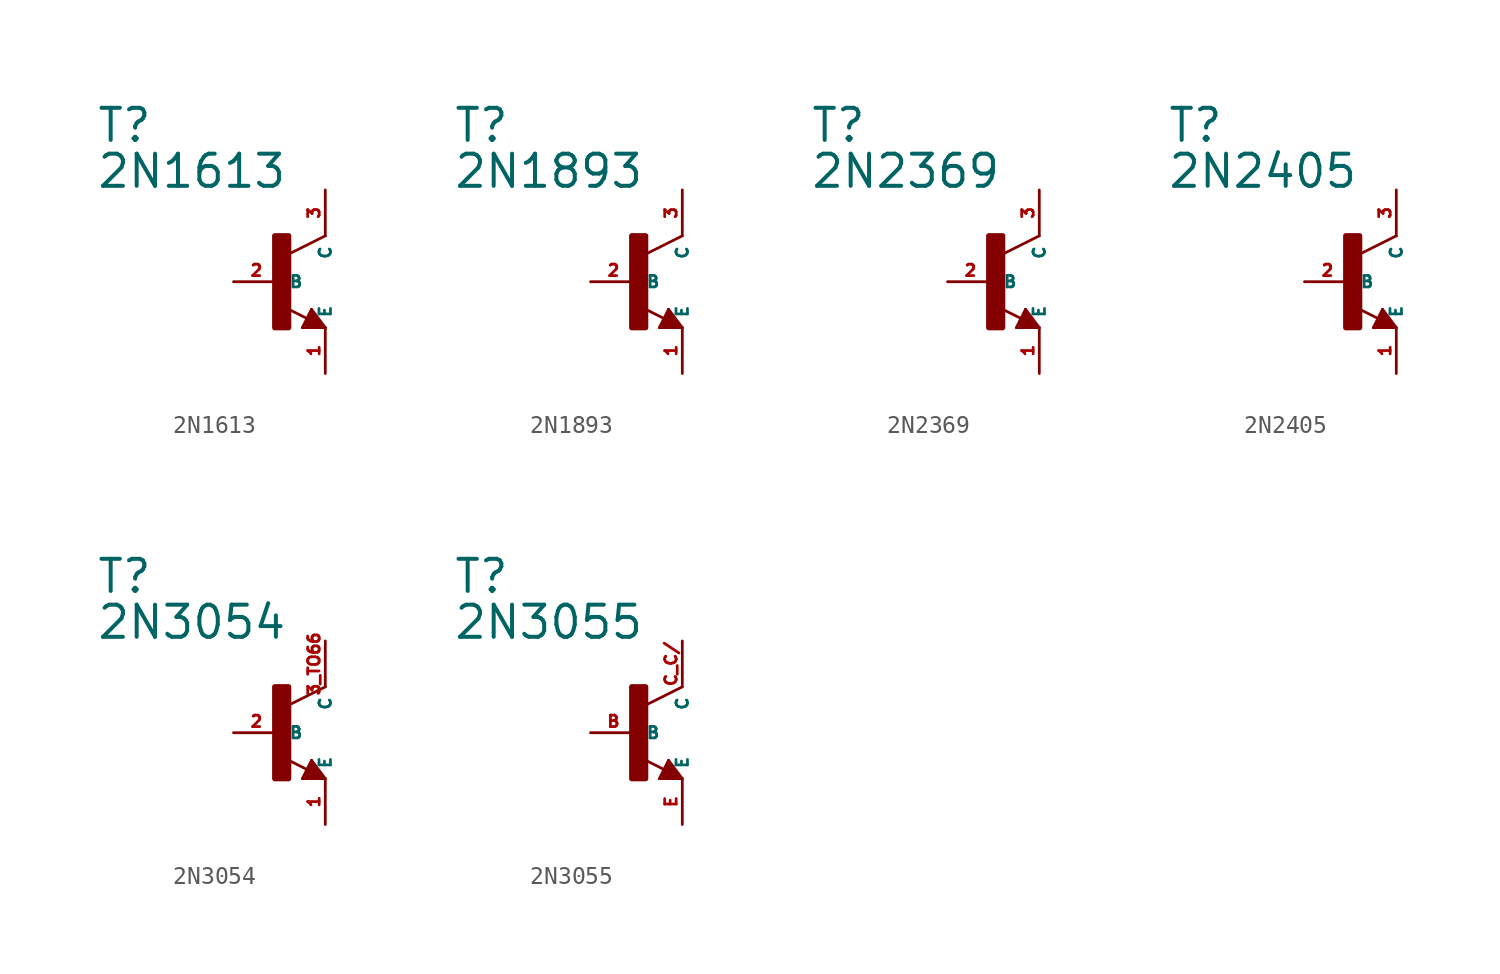
<source format=kicad_sym>
(kicad_symbol_lib
  (version 20220914)
  (generator Eagle2Kicad)
  (symbol "2N1613"
    (property "Reference" "T"
      (at -10.16 7.62 0)
      (effects (font (size 1.778 1.778) (thickness 0.22)) (justify left bottom)))
    (property "Value" "2N1613"
      (at -10.16 5.08 0)
      (effects (font (size 1.778 1.778) (thickness 0.22)) (justify left bottom)))
    (polyline
      (pts (xy 2.54 2.54) (xy 0.508 1.524))
      (stroke (width 0.152) (type default))
      (fill (type none)))
    (polyline
      (pts (xy 1.778 -1.524) (xy 2.54 -2.54))
      (stroke (width 0.152) (type default))
      (fill (type none)))
    (polyline
      (pts (xy 2.54 -2.54) (xy 1.27 -2.54))
      (stroke (width 0.152) (type default))
      (fill (type none)))
    (polyline
      (pts (xy 1.27 -2.54) (xy 1.778 -1.524))
      (stroke (width 0.152) (type default))
      (fill (type none)))
    (polyline
      (pts (xy 1.54 -2.04) (xy 0.308 -1.424))
      (stroke (width 0.152) (type default))
      (fill (type none)))
    (polyline
      (pts (xy 1.524 -2.413) (xy 2.286 -2.413))
      (stroke (width 0.254) (type default))
      (fill (type none)))
    (polyline
      (pts (xy 2.286 -2.413) (xy 1.778 -1.778))
      (stroke (width 0.254) (type default))
      (fill (type none)))
    (polyline
      (pts (xy 1.778 -1.778) (xy 1.524 -2.286))
      (stroke (width 0.254) (type default))
      (fill (type none)))
    (polyline
      (pts (xy 1.524 -2.286) (xy 1.905 -2.286))
      (stroke (width 0.254) (type default))
      (fill (type none)))
    (polyline
      (pts (xy 1.905 -2.286) (xy 1.778 -2.032))
      (stroke (width 0.254) (type default))
      (fill (type none)))
    (rectangle
      (start -0.254 -2.54)
      (end 0.508 2.54)
      (stroke (width 0.3) (type default))
      (fill (type outline)))
    (pin passive line
      (at -2.54 0 0)
      (length 2.54)
      (name "B" (effects (font (size 0.635 0.635) (thickness 0.08)) (justify left bottom)))
      (number "2" (effects (font (size 0.635 0.635) (thickness 0.08)) (justify left bottom))))
    (pin passive line
      (at 2.54 -5.08 90)
      (length 2.54)
      (name "E" (effects (font (size 0.635 0.635) (thickness 0.08)) (justify left bottom)))
      (number "1" (effects (font (size 0.635 0.635) (thickness 0.08)) (justify left bottom))))
    (pin passive line
      (at 2.54 5.08 270)
      (length 2.54)
      (name "C" (effects (font (size 0.635 0.635) (thickness 0.08)) (justify left bottom)))
      (number "3" (effects (font (size 0.635 0.635) (thickness 0.08)) (justify left bottom)))))
  (symbol "2N1893"
    (property "Reference" "T"
      (at -10.16 7.62 0)
      (effects (font (size 1.778 1.778) (thickness 0.22)) (justify left bottom)))
    (property "Value" "2N1893"
      (at -10.16 5.08 0)
      (effects (font (size 1.778 1.778) (thickness 0.22)) (justify left bottom)))
    (polyline
      (pts (xy 2.54 2.54) (xy 0.508 1.524))
      (stroke (width 0.152) (type default))
      (fill (type none)))
    (polyline
      (pts (xy 1.778 -1.524) (xy 2.54 -2.54))
      (stroke (width 0.152) (type default))
      (fill (type none)))
    (polyline
      (pts (xy 2.54 -2.54) (xy 1.27 -2.54))
      (stroke (width 0.152) (type default))
      (fill (type none)))
    (polyline
      (pts (xy 1.27 -2.54) (xy 1.778 -1.524))
      (stroke (width 0.152) (type default))
      (fill (type none)))
    (polyline
      (pts (xy 1.54 -2.04) (xy 0.308 -1.424))
      (stroke (width 0.152) (type default))
      (fill (type none)))
    (polyline
      (pts (xy 1.524 -2.413) (xy 2.286 -2.413))
      (stroke (width 0.254) (type default))
      (fill (type none)))
    (polyline
      (pts (xy 2.286 -2.413) (xy 1.778 -1.778))
      (stroke (width 0.254) (type default))
      (fill (type none)))
    (polyline
      (pts (xy 1.778 -1.778) (xy 1.524 -2.286))
      (stroke (width 0.254) (type default))
      (fill (type none)))
    (polyline
      (pts (xy 1.524 -2.286) (xy 1.905 -2.286))
      (stroke (width 0.254) (type default))
      (fill (type none)))
    (polyline
      (pts (xy 1.905 -2.286) (xy 1.778 -2.032))
      (stroke (width 0.254) (type default))
      (fill (type none)))
    (rectangle
      (start -0.254 -2.54)
      (end 0.508 2.54)
      (stroke (width 0.3) (type default))
      (fill (type outline)))
    (pin passive line
      (at -2.54 0 0)
      (length 2.54)
      (name "B" (effects (font (size 0.635 0.635) (thickness 0.08)) (justify left bottom)))
      (number "2" (effects (font (size 0.635 0.635) (thickness 0.08)) (justify left bottom))))
    (pin passive line
      (at 2.54 -5.08 90)
      (length 2.54)
      (name "E" (effects (font (size 0.635 0.635) (thickness 0.08)) (justify left bottom)))
      (number "1" (effects (font (size 0.635 0.635) (thickness 0.08)) (justify left bottom))))
    (pin passive line
      (at 2.54 5.08 270)
      (length 2.54)
      (name "C" (effects (font (size 0.635 0.635) (thickness 0.08)) (justify left bottom)))
      (number "3" (effects (font (size 0.635 0.635) (thickness 0.08)) (justify left bottom)))))
  (symbol "2N2369"
    (property "Reference" "T"
      (at -10.16 7.62 0)
      (effects (font (size 1.778 1.778) (thickness 0.22)) (justify left bottom)))
    (property "Value" "2N2369"
      (at -10.16 5.08 0)
      (effects (font (size 1.778 1.778) (thickness 0.22)) (justify left bottom)))
    (polyline
      (pts (xy 2.54 2.54) (xy 0.508 1.524))
      (stroke (width 0.152) (type default))
      (fill (type none)))
    (polyline
      (pts (xy 1.778 -1.524) (xy 2.54 -2.54))
      (stroke (width 0.152) (type default))
      (fill (type none)))
    (polyline
      (pts (xy 2.54 -2.54) (xy 1.27 -2.54))
      (stroke (width 0.152) (type default))
      (fill (type none)))
    (polyline
      (pts (xy 1.27 -2.54) (xy 1.778 -1.524))
      (stroke (width 0.152) (type default))
      (fill (type none)))
    (polyline
      (pts (xy 1.54 -2.04) (xy 0.308 -1.424))
      (stroke (width 0.152) (type default))
      (fill (type none)))
    (polyline
      (pts (xy 1.524 -2.413) (xy 2.286 -2.413))
      (stroke (width 0.254) (type default))
      (fill (type none)))
    (polyline
      (pts (xy 2.286 -2.413) (xy 1.778 -1.778))
      (stroke (width 0.254) (type default))
      (fill (type none)))
    (polyline
      (pts (xy 1.778 -1.778) (xy 1.524 -2.286))
      (stroke (width 0.254) (type default))
      (fill (type none)))
    (polyline
      (pts (xy 1.524 -2.286) (xy 1.905 -2.286))
      (stroke (width 0.254) (type default))
      (fill (type none)))
    (polyline
      (pts (xy 1.905 -2.286) (xy 1.778 -2.032))
      (stroke (width 0.254) (type default))
      (fill (type none)))
    (rectangle
      (start -0.254 -2.54)
      (end 0.508 2.54)
      (stroke (width 0.3) (type default))
      (fill (type outline)))
    (pin passive line
      (at -2.54 0 0)
      (length 2.54)
      (name "B" (effects (font (size 0.635 0.635) (thickness 0.08)) (justify left bottom)))
      (number "2" (effects (font (size 0.635 0.635) (thickness 0.08)) (justify left bottom))))
    (pin passive line
      (at 2.54 -5.08 90)
      (length 2.54)
      (name "E" (effects (font (size 0.635 0.635) (thickness 0.08)) (justify left bottom)))
      (number "1" (effects (font (size 0.635 0.635) (thickness 0.08)) (justify left bottom))))
    (pin passive line
      (at 2.54 5.08 270)
      (length 2.54)
      (name "C" (effects (font (size 0.635 0.635) (thickness 0.08)) (justify left bottom)))
      (number "3" (effects (font (size 0.635 0.635) (thickness 0.08)) (justify left bottom)))))
  (symbol "2N2405"
    (property "Reference" "T"
      (at -10.16 7.62 0)
      (effects (font (size 1.778 1.778) (thickness 0.22)) (justify left bottom)))
    (property "Value" "2N2405"
      (at -10.16 5.08 0)
      (effects (font (size 1.778 1.778) (thickness 0.22)) (justify left bottom)))
    (polyline
      (pts (xy 2.54 2.54) (xy 0.508 1.524))
      (stroke (width 0.152) (type default))
      (fill (type none)))
    (polyline
      (pts (xy 1.778 -1.524) (xy 2.54 -2.54))
      (stroke (width 0.152) (type default))
      (fill (type none)))
    (polyline
      (pts (xy 2.54 -2.54) (xy 1.27 -2.54))
      (stroke (width 0.152) (type default))
      (fill (type none)))
    (polyline
      (pts (xy 1.27 -2.54) (xy 1.778 -1.524))
      (stroke (width 0.152) (type default))
      (fill (type none)))
    (polyline
      (pts (xy 1.54 -2.04) (xy 0.308 -1.424))
      (stroke (width 0.152) (type default))
      (fill (type none)))
    (polyline
      (pts (xy 1.524 -2.413) (xy 2.286 -2.413))
      (stroke (width 0.254) (type default))
      (fill (type none)))
    (polyline
      (pts (xy 2.286 -2.413) (xy 1.778 -1.778))
      (stroke (width 0.254) (type default))
      (fill (type none)))
    (polyline
      (pts (xy 1.778 -1.778) (xy 1.524 -2.286))
      (stroke (width 0.254) (type default))
      (fill (type none)))
    (polyline
      (pts (xy 1.524 -2.286) (xy 1.905 -2.286))
      (stroke (width 0.254) (type default))
      (fill (type none)))
    (polyline
      (pts (xy 1.905 -2.286) (xy 1.778 -2.032))
      (stroke (width 0.254) (type default))
      (fill (type none)))
    (rectangle
      (start -0.254 -2.54)
      (end 0.508 2.54)
      (stroke (width 0.3) (type default))
      (fill (type outline)))
    (pin passive line
      (at -2.54 0 0)
      (length 2.54)
      (name "B" (effects (font (size 0.635 0.635) (thickness 0.08)) (justify left bottom)))
      (number "2" (effects (font (size 0.635 0.635) (thickness 0.08)) (justify left bottom))))
    (pin passive line
      (at 2.54 -5.08 90)
      (length 2.54)
      (name "E" (effects (font (size 0.635 0.635) (thickness 0.08)) (justify left bottom)))
      (number "1" (effects (font (size 0.635 0.635) (thickness 0.08)) (justify left bottom))))
    (pin passive line
      (at 2.54 5.08 270)
      (length 2.54)
      (name "C" (effects (font (size 0.635 0.635) (thickness 0.08)) (justify left bottom)))
      (number "3" (effects (font (size 0.635 0.635) (thickness 0.08)) (justify left bottom)))))
  (symbol "2N3054"
    (property "Reference" "T"
      (at -10.16 7.62 0)
      (effects (font (size 1.778 1.778) (thickness 0.22)) (justify left bottom)))
    (property "Value" "2N3054"
      (at -10.16 5.08 0)
      (effects (font (size 1.778 1.778) (thickness 0.22)) (justify left bottom)))
    (polyline
      (pts (xy 2.54 2.54) (xy 0.508 1.524))
      (stroke (width 0.152) (type default))
      (fill (type none)))
    (polyline
      (pts (xy 1.778 -1.524) (xy 2.54 -2.54))
      (stroke (width 0.152) (type default))
      (fill (type none)))
    (polyline
      (pts (xy 2.54 -2.54) (xy 1.27 -2.54))
      (stroke (width 0.152) (type default))
      (fill (type none)))
    (polyline
      (pts (xy 1.27 -2.54) (xy 1.778 -1.524))
      (stroke (width 0.152) (type default))
      (fill (type none)))
    (polyline
      (pts (xy 1.54 -2.04) (xy 0.308 -1.424))
      (stroke (width 0.152) (type default))
      (fill (type none)))
    (polyline
      (pts (xy 1.524 -2.413) (xy 2.286 -2.413))
      (stroke (width 0.254) (type default))
      (fill (type none)))
    (polyline
      (pts (xy 2.286 -2.413) (xy 1.778 -1.778))
      (stroke (width 0.254) (type default))
      (fill (type none)))
    (polyline
      (pts (xy 1.778 -1.778) (xy 1.524 -2.286))
      (stroke (width 0.254) (type default))
      (fill (type none)))
    (polyline
      (pts (xy 1.524 -2.286) (xy 1.905 -2.286))
      (stroke (width 0.254) (type default))
      (fill (type none)))
    (polyline
      (pts (xy 1.905 -2.286) (xy 1.778 -2.032))
      (stroke (width 0.254) (type default))
      (fill (type none)))
    (rectangle
      (start -0.254 -2.54)
      (end 0.508 2.54)
      (stroke (width 0.3) (type default))
      (fill (type outline)))
    (pin passive line
      (at -2.54 0 0)
      (length 2.54)
      (name "B" (effects (font (size 0.635 0.635) (thickness 0.08)) (justify left bottom)))
      (number "2" (effects (font (size 0.635 0.635) (thickness 0.08)) (justify left bottom))))
    (pin passive line
      (at 2.54 -5.08 90)
      (length 2.54)
      (name "E" (effects (font (size 0.635 0.635) (thickness 0.08)) (justify left bottom)))
      (number "1" (effects (font (size 0.635 0.635) (thickness 0.08)) (justify left bottom))))
    (pin passive line
      (at 2.54 5.08 270)
      (length 2.54)
      (name "C" (effects (font (size 0.635 0.635) (thickness 0.08)) (justify left bottom)))
      (number "3 TO66" (effects (font (size 0.635 0.635) (thickness 0.08)) (justify left bottom)))))
  (symbol "2N3055"
    (property "Reference" "T"
      (at -10.16 7.62 0)
      (effects (font (size 1.778 1.778) (thickness 0.22)) (justify left bottom)))
    (property "Value" "2N3055"
      (at -10.16 5.08 0)
      (effects (font (size 1.778 1.778) (thickness 0.22)) (justify left bottom)))
    (polyline
      (pts (xy 2.54 2.54) (xy 0.508 1.524))
      (stroke (width 0.152) (type default))
      (fill (type none)))
    (polyline
      (pts (xy 1.778 -1.524) (xy 2.54 -2.54))
      (stroke (width 0.152) (type default))
      (fill (type none)))
    (polyline
      (pts (xy 2.54 -2.54) (xy 1.27 -2.54))
      (stroke (width 0.152) (type default))
      (fill (type none)))
    (polyline
      (pts (xy 1.27 -2.54) (xy 1.778 -1.524))
      (stroke (width 0.152) (type default))
      (fill (type none)))
    (polyline
      (pts (xy 1.54 -2.04) (xy 0.308 -1.424))
      (stroke (width 0.152) (type default))
      (fill (type none)))
    (polyline
      (pts (xy 1.524 -2.413) (xy 2.286 -2.413))
      (stroke (width 0.254) (type default))
      (fill (type none)))
    (polyline
      (pts (xy 2.286 -2.413) (xy 1.778 -1.778))
      (stroke (width 0.254) (type default))
      (fill (type none)))
    (polyline
      (pts (xy 1.778 -1.778) (xy 1.524 -2.286))
      (stroke (width 0.254) (type default))
      (fill (type none)))
    (polyline
      (pts (xy 1.524 -2.286) (xy 1.905 -2.286))
      (stroke (width 0.254) (type default))
      (fill (type none)))
    (polyline
      (pts (xy 1.905 -2.286) (xy 1.778 -2.032))
      (stroke (width 0.254) (type default))
      (fill (type none)))
    (rectangle
      (start -0.254 -2.54)
      (end 0.508 2.54)
      (stroke (width 0.3) (type default))
      (fill (type outline)))
    (pin passive line
      (at -2.54 0 0)
      (length 2.54)
      (name "B" (effects (font (size 0.635 0.635) (thickness 0.08)) (justify left bottom)))
      (number "B" (effects (font (size 0.635 0.635) (thickness 0.08)) (justify left bottom))))
    (pin passive line
      (at 2.54 -5.08 90)
      (length 2.54)
      (name "E" (effects (font (size 0.635 0.635) (thickness 0.08)) (justify left bottom)))
      (number "E" (effects (font (size 0.635 0.635) (thickness 0.08)) (justify left bottom))))
    (pin passive line
      (at 2.54 5.08 270)
      (length 2.54)
      (name "C" (effects (font (size 0.635 0.635) (thickness 0.08)) (justify left bottom)))
      (number "C C/" (effects (font (size 0.635 0.635) (thickness 0.08)) (justify left bottom))))))
</source>
